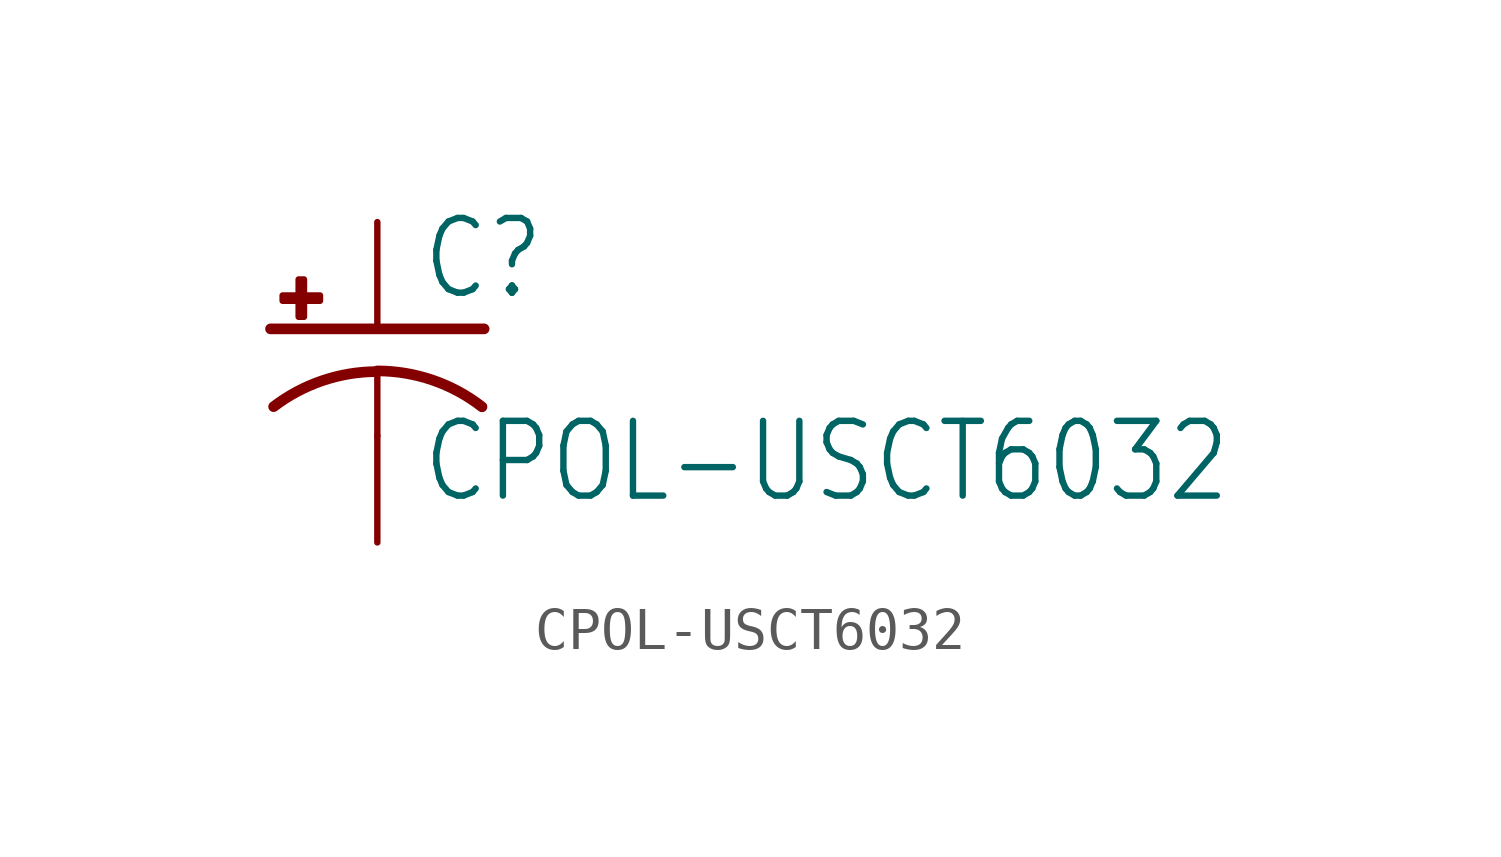
<source format=kicad_sym>
(kicad_symbol_lib
  (version 20220331)
  (generator kicad_symbol_editor)
  (symbol "CPOL-USCT6032"
    (property "Reference" "C"
      (at 1.016 0.635 0)
      (effects (font (size 1.778 1.511)) (justify left bottom)))
    (property "Value" "CPOL-USCT6032"
      (at 1.016 -4.191 0)
      (effects (font (size 1.778 1.511)) (justify left bottom)))
    (property "ki_locked" ""
      (at 0 0 0)
      (effects (font (size 1.27 1.27))))
    (symbol "CPOL-USCT6032_1_0"
      (rectangle (start -2.253 0.668) (end -1.364 0.795) (stroke (width 0) (type default)) (fill (type outline)))
      (rectangle (start -1.872 0.287) (end -1.745 1.176) (stroke (width 0) (type default)) (fill (type outline)))
      (arc (start 0 -1.0161) (mid -1.3021 -1.2302) (end -2.4669 -1.8504) (stroke (width 0.254) (type solid)) (fill (type none)))
      (polyline (pts (xy -2.54 0) (xy 2.54 0)) (stroke (width 0.254) (type solid)) (fill (type none)))
      (polyline (pts (xy 0 -1.016) (xy 0 -2.54)) (stroke (width 0.152) (type solid)) (fill (type none)))
      (arc (start 2.4892 -1.8542) (mid 1.3158 -1.2195) (end 0 -1) (stroke (width 0.254) (type solid)) (fill (type none)))
      (pin passive line (at 0 2.54 270) (length 2.54) (name "+" (effects (font (size 0 0)))) (number "+" (effects (font (size 0 0)))))
      (pin passive line (at 0 -5.08 90) (length 2.54) (name "-" (effects (font (size 0 0)))) (number "-" (effects (font (size 0 0))))))))
</source>
